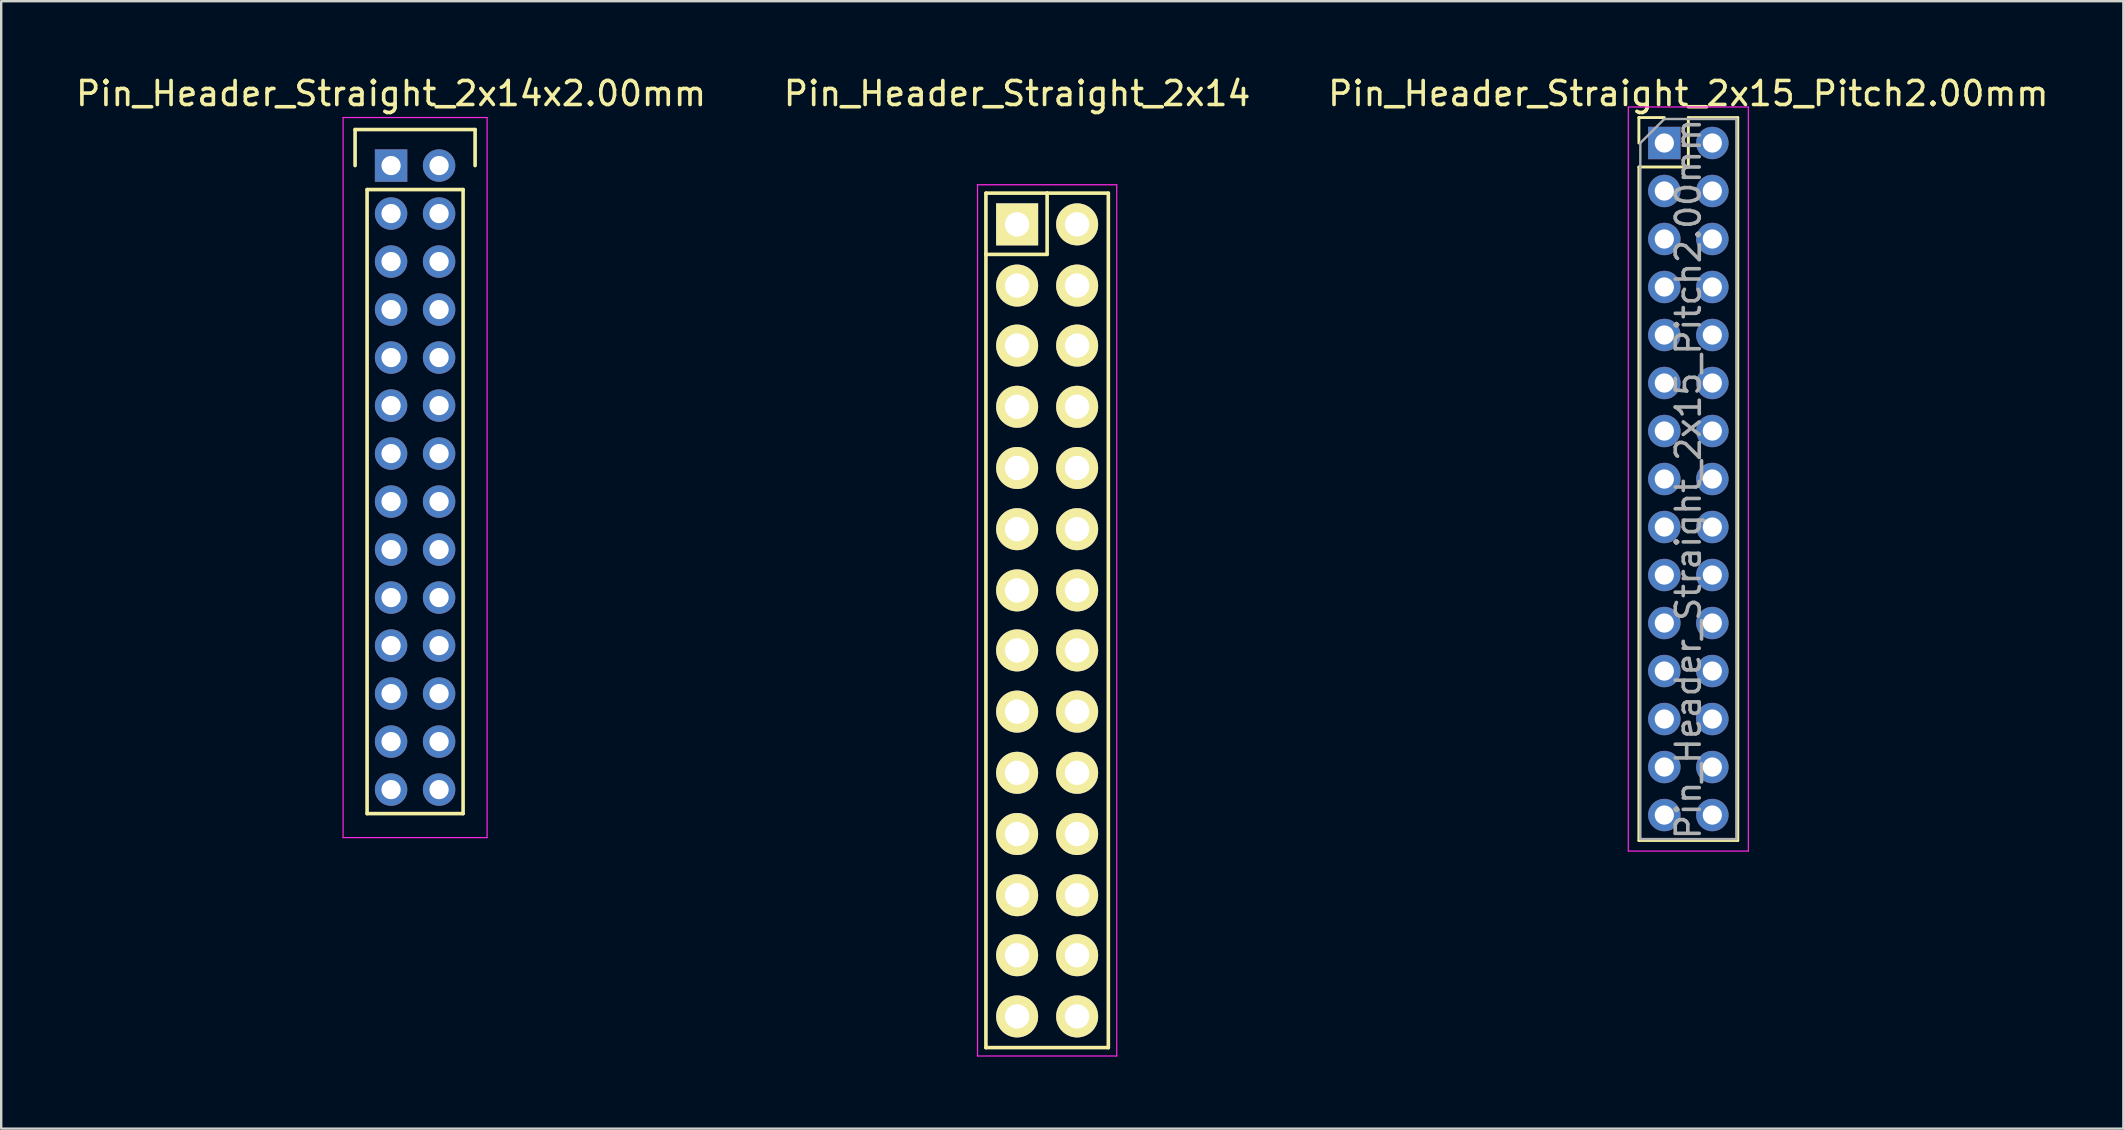
<source format=kicad_pcb>
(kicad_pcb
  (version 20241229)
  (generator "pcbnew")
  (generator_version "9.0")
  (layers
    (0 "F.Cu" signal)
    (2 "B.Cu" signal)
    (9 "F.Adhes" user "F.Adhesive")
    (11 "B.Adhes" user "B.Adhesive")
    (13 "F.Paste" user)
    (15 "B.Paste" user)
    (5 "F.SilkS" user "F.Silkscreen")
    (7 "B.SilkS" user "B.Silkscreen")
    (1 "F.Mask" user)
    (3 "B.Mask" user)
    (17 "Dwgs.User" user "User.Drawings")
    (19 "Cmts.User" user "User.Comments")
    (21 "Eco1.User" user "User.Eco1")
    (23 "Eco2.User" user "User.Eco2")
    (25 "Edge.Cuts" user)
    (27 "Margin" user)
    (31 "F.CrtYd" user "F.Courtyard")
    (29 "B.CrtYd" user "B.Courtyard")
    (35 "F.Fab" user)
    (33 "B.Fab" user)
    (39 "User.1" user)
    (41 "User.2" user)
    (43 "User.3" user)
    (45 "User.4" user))
  (footprint "Pin_Header_Straight_2x14"
    (layer "F.Cu")
    (at 39.327 6.298)
    (property "Reference" "Pin_Header_Straight_2x14" (at 0 -5.45 0) (layer "F.SilkS") (effects (font (size 1 1) (thickness 0.15))))
    (attr through_hole)
    (fp_line (start -1.3 -1.3) (end -1.3 1.25) (stroke (width 0.15) (type solid)) (layer "F.SilkS"))
    (fp_line (start -1.3 -1.3) (end 1.25 -1.3) (stroke (width 0.15) (type solid)) (layer "F.SilkS"))
    (fp_line (start -1.3 1.25) (end -1.3 34.3) (stroke (width 0.15) (type solid)) (layer "F.SilkS"))
    (fp_line (start 1.25 -1.3) (end 1.25 1.25) (stroke (width 0.15) (type solid)) (layer "F.SilkS"))
    (fp_line (start 1.25 1.25) (end -1.3 1.25) (stroke (width 0.15) (type solid)) (layer "F.SilkS"))
    (fp_line (start 3.8 -1.3) (end 1.25 -1.3) (stroke (width 0.15) (type solid)) (layer "F.SilkS"))
    (fp_line (start 3.8 34.3) (end -1.3 34.3) (stroke (width 0.15) (type solid)) (layer "F.SilkS"))
    (fp_line (start 3.8 34.3) (end 3.8 -1.3) (stroke (width 0.15) (type solid)) (layer "F.SilkS"))
    (fp_line (start -1.65 -1.65) (end -1.65 34.65) (stroke (width 0.05) (type solid)) (layer "F.CrtYd"))
    (fp_line (start -1.65 -1.65) (end 4.15 -1.65) (stroke (width 0.05) (type solid)) (layer "F.CrtYd"))
    (fp_line (start -1.65 34.65) (end 4.15 34.65) (stroke (width 0.05) (type solid)) (layer "F.CrtYd"))
    (fp_line (start 4.15 -1.65) (end 4.15 34.65) (stroke (width 0.05) (type solid)) (layer "F.CrtYd"))
    (pad "1" thru_hole rect (at 0 0) (size 1.75 1.75) (drill 1.016) (layers "*.Cu" "*.Mask" "F.SilkS"))
    (pad "2" thru_hole oval (at 2.5 0) (size 1.75 1.75) (drill 1.016) (layers "*.Cu" "*.Mask" "F.SilkS"))
    (pad "3" thru_hole oval (at 0 2.55) (size 1.75 1.75) (drill 1.016) (layers "*.Cu" "*.Mask" "F.SilkS"))
    (pad "4" thru_hole oval (at 2.5 2.55) (size 1.75 1.75) (drill 1.016) (layers "*.Cu" "*.Mask" "F.SilkS"))
    (pad "5" thru_hole oval (at 0 5.05) (size 1.75 1.75) (drill 1.016) (layers "*.Cu" "*.Mask" "F.SilkS"))
    (pad "6" thru_hole oval (at 2.5 5.05) (size 1.75 1.75) (drill 1.016) (layers "*.Cu" "*.Mask" "F.SilkS"))
    (pad "7" thru_hole oval (at 0 7.6) (size 1.75 1.75) (drill 1.016) (layers "*.Cu" "*.Mask" "F.SilkS"))
    (pad "8" thru_hole oval (at 2.5 7.6) (size 1.75 1.75) (drill 1.016) (layers "*.Cu" "*.Mask" "F.SilkS"))
    (pad "9" thru_hole oval (at 0 10.15) (size 1.75 1.75) (drill 1.016) (layers "*.Cu" "*.Mask" "F.SilkS"))
    (pad "10" thru_hole oval (at 2.5 10.15) (size 1.75 1.75) (drill 1.016) (layers "*.Cu" "*.Mask" "F.SilkS"))
    (pad "11" thru_hole oval (at 0 12.7) (size 1.75 1.75) (drill 1.016) (layers "*.Cu" "*.Mask" "F.SilkS"))
    (pad "12" thru_hole oval (at 2.5 12.7) (size 1.75 1.75) (drill 1.016) (layers "*.Cu" "*.Mask" "F.SilkS"))
    (pad "13" thru_hole oval (at 0 15.25) (size 1.75 1.75) (drill 1.016) (layers "*.Cu" "*.Mask" "F.SilkS"))
    (pad "14" thru_hole oval (at 2.5 15.25) (size 1.75 1.75) (drill 1.016) (layers "*.Cu" "*.Mask" "F.SilkS"))
    (pad "15" thru_hole oval (at 0 17.75) (size 1.75 1.75) (drill 1.016) (layers "*.Cu" "*.Mask" "F.SilkS"))
    (pad "16" thru_hole oval (at 2.5 17.75) (size 1.75 1.75) (drill 1.016) (layers "*.Cu" "*.Mask" "F.SilkS"))
    (pad "17" thru_hole oval (at 0 20.3) (size 1.75 1.75) (drill 1.016) (layers "*.Cu" "*.Mask" "F.SilkS"))
    (pad "18" thru_hole oval (at 2.5 20.3) (size 1.75 1.75) (drill 1.016) (layers "*.Cu" "*.Mask" "F.SilkS"))
    (pad "19" thru_hole oval (at 0 22.85) (size 1.75 1.75) (drill 1.016) (layers "*.Cu" "*.Mask" "F.SilkS"))
    (pad "20" thru_hole oval (at 2.5 22.85) (size 1.75 1.75) (drill 1.016) (layers "*.Cu" "*.Mask" "F.SilkS"))
    (pad "21" thru_hole oval (at 0 25.4) (size 1.75 1.75) (drill 1.016) (layers "*.Cu" "*.Mask" "F.SilkS"))
    (pad "22" thru_hole oval (at 2.5 25.4) (size 1.75 1.75) (drill 1.016) (layers "*.Cu" "*.Mask" "F.SilkS"))
    (pad "23" thru_hole oval (at 0 27.95) (size 1.75 1.75) (drill 1.016) (layers "*.Cu" "*.Mask" "F.SilkS"))
    (pad "24" thru_hole oval (at 2.5 27.95) (size 1.75 1.75) (drill 1.016) (layers "*.Cu" "*.Mask" "F.SilkS"))
    (pad "25" thru_hole oval (at 0 30.45) (size 1.75 1.75) (drill 1.016) (layers "*.Cu" "*.Mask" "F.SilkS"))
    (pad "26" thru_hole oval (at 2.5 30.45) (size 1.75 1.75) (drill 1.016) (layers "*.Cu" "*.Mask" "F.SilkS"))
    (pad "27" thru_hole oval (at 0 33) (size 1.75 1.75) (drill 1.016) (layers "*.Cu" "*.Mask" "F.SilkS"))
    (pad "28" thru_hole oval (at 2.5 33) (size 1.75 1.75) (drill 1.016) (layers "*.Cu" "*.Mask" "F.SilkS")))
  (footprint "Pin_Header_Straight_2x14x2.00mm"
    (layer "F.Cu")
    (at 13.244 3.848)
    (property "Reference" "Pin_Header_Straight_2x14x2.00mm" (at 0 -3 0) (layer "F.SilkS") (effects (font (size 1 1) (thickness 0.15))))
    (attr through_hole)
    (fp_line (start -1.5 -1.5) (end 3.5 -1.5) (stroke (width 0.15) (type solid)) (layer "F.SilkS"))
    (fp_line (start -1.5 0) (end -1.5 -1.5) (stroke (width 0.15) (type solid)) (layer "F.SilkS"))
    (fp_line (start -1 1) (end 3 1) (stroke (width 0.15) (type solid)) (layer "F.SilkS"))
    (fp_line (start -1 27) (end -1 1) (stroke (width 0.15) (type solid)) (layer "F.SilkS"))
    (fp_line (start 3 1) (end 3 27) (stroke (width 0.15) (type solid)) (layer "F.SilkS"))
    (fp_line (start 3 27) (end -1 27) (stroke (width 0.15) (type solid)) (layer "F.SilkS"))
    (fp_line (start 3.5 -1.5) (end 3.5 0) (stroke (width 0.15) (type solid)) (layer "F.SilkS"))
    (fp_line (start -2 -2) (end 4 -2) (stroke (width 0.05) (type solid)) (layer "F.CrtYd"))
    (fp_line (start -2 28) (end -2 -2) (stroke (width 0.05) (type solid)) (layer "F.CrtYd"))
    (fp_line (start 4 -2) (end 4 28) (stroke (width 0.05) (type solid)) (layer "F.CrtYd"))
    (fp_line (start 4 28) (end -2 28) (stroke (width 0.05) (type solid)) (layer "F.CrtYd"))
    (pad "1" thru_hole rect (at 0 0) (size 1.35 1.35) (drill 0.8) (layers "*.Cu" "*.Mask"))
    (pad "2" thru_hole circle (at 2 0) (size 1.35 1.35) (drill 0.8) (layers "*.Cu" "*.Mask"))
    (pad "3" thru_hole circle (at 0 2) (size 1.35 1.35) (drill 0.8) (layers "*.Cu" "*.Mask"))
    (pad "4" thru_hole circle (at 2 2) (size 1.35 1.35) (drill 0.8) (layers "*.Cu" "*.Mask"))
    (pad "5" thru_hole circle (at 0 4) (size 1.35 1.35) (drill 0.8) (layers "*.Cu" "*.Mask"))
    (pad "6" thru_hole circle (at 2 4) (size 1.35 1.35) (drill 0.8) (layers "*.Cu" "*.Mask"))
    (pad "7" thru_hole circle (at 0 6) (size 1.35 1.35) (drill 0.8) (layers "*.Cu" "*.Mask"))
    (pad "8" thru_hole circle (at 2 6) (size 1.35 1.35) (drill 0.8) (layers "*.Cu" "*.Mask"))
    (pad "9" thru_hole circle (at 0 8) (size 1.35 1.35) (drill 0.8) (layers "*.Cu" "*.Mask"))
    (pad "10" thru_hole circle (at 2 8) (size 1.35 1.35) (drill 0.8) (layers "*.Cu" "*.Mask"))
    (pad "11" thru_hole circle (at 0 10) (size 1.35 1.35) (drill 0.8) (layers "*.Cu" "*.Mask"))
    (pad "12" thru_hole circle (at 2 10) (size 1.35 1.35) (drill 0.8) (layers "*.Cu" "*.Mask"))
    (pad "13" thru_hole circle (at 0 12) (size 1.35 1.35) (drill 0.8) (layers "*.Cu" "*.Mask"))
    (pad "14" thru_hole circle (at 2 12) (size 1.35 1.35) (drill 0.8) (layers "*.Cu" "*.Mask"))
    (pad "15" thru_hole circle (at 0 14) (size 1.35 1.35) (drill 0.8) (layers "*.Cu" "*.Mask"))
    (pad "16" thru_hole circle (at 2 14) (size 1.35 1.35) (drill 0.8) (layers "*.Cu" "*.Mask"))
    (pad "17" thru_hole circle (at 0 16) (size 1.35 1.35) (drill 0.8) (layers "*.Cu" "*.Mask"))
    (pad "18" thru_hole circle (at 2 16) (size 1.35 1.35) (drill 0.8) (layers "*.Cu" "*.Mask"))
    (pad "19" thru_hole circle (at 0 18) (size 1.35 1.35) (drill 0.8) (layers "*.Cu" "*.Mask"))
    (pad "20" thru_hole circle (at 2 18) (size 1.35 1.35) (drill 0.8) (layers "*.Cu" "*.Mask"))
    (pad "21" thru_hole circle (at 0 20) (size 1.35 1.35) (drill 0.8) (layers "*.Cu" "*.Mask"))
    (pad "22" thru_hole circle (at 2 20) (size 1.35 1.35) (drill 0.8) (layers "*.Cu" "*.Mask"))
    (pad "23" thru_hole circle (at 0 22) (size 1.35 1.35) (drill 0.8) (layers "*.Cu" "*.Mask"))
    (pad "24" thru_hole circle (at 2 22) (size 1.35 1.35) (drill 0.8) (layers "*.Cu" "*.Mask"))
    (pad "25" thru_hole circle (at 0 24) (size 1.35 1.35) (drill 0.8) (layers "*.Cu" "*.Mask"))
    (pad "26" thru_hole circle (at 2 24) (size 1.35 1.35) (drill 0.8) (layers "*.Cu" "*.Mask"))
    (pad "27" thru_hole circle (at 0 26) (size 1.35 1.35) (drill 0.8) (layers "*.Cu" "*.Mask"))
    (pad "28" thru_hole circle (at 2 26) (size 1.35 1.35) (drill 0.8) (layers "*.Cu" "*.Mask")))
  (footprint "Pin_Header_Straight_2x15_Pitch2.00mm"
    (layer "F.Cu")
    (at 66.292 2.908)
    (property "Reference" "Pin_Header_Straight_2x15_Pitch2.00mm" (at 1 -2.06 0) (layer "F.SilkS") (effects (font (size 1 1) (thickness 0.15))))
    (attr through_hole)
    (fp_line (start -1.06 -1.06) (end 0 -1.06) (stroke (width 0.12) (type solid)) (layer "F.SilkS"))
    (fp_line (start -1.06 0) (end -1.06 -1.06) (stroke (width 0.12) (type solid)) (layer "F.SilkS"))
    (fp_line (start -1.06 1) (end -1.06 29.06) (stroke (width 0.12) (type solid)) (layer "F.SilkS"))
    (fp_line (start -1.06 29.06) (end 3.06 29.06) (stroke (width 0.12) (type solid)) (layer "F.SilkS"))
    (fp_line (start 1 -1.06) (end 1 1) (stroke (width 0.12) (type solid)) (layer "F.SilkS"))
    (fp_line (start 1 1) (end -1.06 1) (stroke (width 0.12) (type solid)) (layer "F.SilkS"))
    (fp_line (start 3.06 -1.06) (end 1 -1.06) (stroke (width 0.12) (type solid)) (layer "F.SilkS"))
    (fp_line (start 3.06 29.06) (end 3.06 -1.06) (stroke (width 0.12) (type solid)) (layer "F.SilkS"))
    (fp_line (start -1.5 -1.5) (end -1.5 29.5) (stroke (width 0.05) (type solid)) (layer "F.CrtYd"))
    (fp_line (start -1.5 29.5) (end 3.5 29.5) (stroke (width 0.05) (type solid)) (layer "F.CrtYd"))
    (fp_line (start 3.5 -1.5) (end -1.5 -1.5) (stroke (width 0.05) (type solid)) (layer "F.CrtYd"))
    (fp_line (start 3.5 29.5) (end 3.5 -1.5) (stroke (width 0.05) (type solid)) (layer "F.CrtYd"))
    (fp_line (start -1 0) (end 0 -1) (stroke (width 0.1) (type solid)) (layer "F.Fab"))
    (fp_line (start -1 29) (end -1 0) (stroke (width 0.1) (type solid)) (layer "F.Fab"))
    (fp_line (start 0 -1) (end 3 -1) (stroke (width 0.1) (type solid)) (layer "F.Fab"))
    (fp_line (start 3 -1) (end 3 29) (stroke (width 0.1) (type solid)) (layer "F.Fab"))
    (fp_line (start 3 29) (end -1 29) (stroke (width 0.1) (type solid)) (layer "F.Fab"))
    (fp_text user "${REFERENCE}" (at 1 14 90) (layer "F.Fab") (effects (font (size 1 1) (thickness 0.15))))
    (pad "1" thru_hole rect (at 0 0) (size 1.35 1.35) (drill 0.8) (layers "*.Cu" "*.Mask"))
    (pad "2" thru_hole oval (at 2 0) (size 1.35 1.35) (drill 0.8) (layers "*.Cu" "*.Mask"))
    (pad "3" thru_hole oval (at 0 2) (size 1.35 1.35) (drill 0.8) (layers "*.Cu" "*.Mask"))
    (pad "4" thru_hole oval (at 2 2) (size 1.35 1.35) (drill 0.8) (layers "*.Cu" "*.Mask"))
    (pad "5" thru_hole oval (at 0 4) (size 1.35 1.35) (drill 0.8) (layers "*.Cu" "*.Mask"))
    (pad "6" thru_hole oval (at 2 4) (size 1.35 1.35) (drill 0.8) (layers "*.Cu" "*.Mask"))
    (pad "7" thru_hole oval (at 0 6) (size 1.35 1.35) (drill 0.8) (layers "*.Cu" "*.Mask"))
    (pad "8" thru_hole oval (at 2 6) (size 1.35 1.35) (drill 0.8) (layers "*.Cu" "*.Mask"))
    (pad "9" thru_hole oval (at 0 8) (size 1.35 1.35) (drill 0.8) (layers "*.Cu" "*.Mask"))
    (pad "10" thru_hole oval (at 2 8) (size 1.35 1.35) (drill 0.8) (layers "*.Cu" "*.Mask"))
    (pad "11" thru_hole oval (at 0 10) (size 1.35 1.35) (drill 0.8) (layers "*.Cu" "*.Mask"))
    (pad "12" thru_hole oval (at 2 10) (size 1.35 1.35) (drill 0.8) (layers "*.Cu" "*.Mask"))
    (pad "13" thru_hole oval (at 0 12) (size 1.35 1.35) (drill 0.8) (layers "*.Cu" "*.Mask"))
    (pad "14" thru_hole oval (at 2 12) (size 1.35 1.35) (drill 0.8) (layers "*.Cu" "*.Mask"))
    (pad "15" thru_hole oval (at 0 14) (size 1.35 1.35) (drill 0.8) (layers "*.Cu" "*.Mask"))
    (pad "16" thru_hole oval (at 2 14) (size 1.35 1.35) (drill 0.8) (layers "*.Cu" "*.Mask"))
    (pad "17" thru_hole oval (at 0 16) (size 1.35 1.35) (drill 0.8) (layers "*.Cu" "*.Mask"))
    (pad "18" thru_hole oval (at 2 16) (size 1.35 1.35) (drill 0.8) (layers "*.Cu" "*.Mask"))
    (pad "19" thru_hole oval (at 0 18) (size 1.35 1.35) (drill 0.8) (layers "*.Cu" "*.Mask"))
    (pad "20" thru_hole oval (at 2 18) (size 1.35 1.35) (drill 0.8) (layers "*.Cu" "*.Mask"))
    (pad "21" thru_hole oval (at 0 20) (size 1.35 1.35) (drill 0.8) (layers "*.Cu" "*.Mask"))
    (pad "22" thru_hole oval (at 2 20) (size 1.35 1.35) (drill 0.8) (layers "*.Cu" "*.Mask"))
    (pad "23" thru_hole oval (at 0 22) (size 1.35 1.35) (drill 0.8) (layers "*.Cu" "*.Mask"))
    (pad "24" thru_hole oval (at 2 22) (size 1.35 1.35) (drill 0.8) (layers "*.Cu" "*.Mask"))
    (pad "25" thru_hole oval (at 0 24) (size 1.35 1.35) (drill 0.8) (layers "*.Cu" "*.Mask"))
    (pad "26" thru_hole oval (at 2 24) (size 1.35 1.35) (drill 0.8) (layers "*.Cu" "*.Mask"))
    (pad "27" thru_hole oval (at 0 26) (size 1.35 1.35) (drill 0.8) (layers "*.Cu" "*.Mask"))
    (pad "28" thru_hole oval (at 2 26) (size 1.35 1.35) (drill 0.8) (layers "*.Cu" "*.Mask"))
    (pad "29" thru_hole oval (at 0 28) (size 1.35 1.35) (drill 0.8) (layers "*.Cu" "*.Mask"))
    (pad "30" thru_hole oval (at 2 28) (size 1.35 1.35) (drill 0.8) (layers "*.Cu" "*.Mask")))
  (gr_rect
    (start -3 -3)
    (end 85.417 43.973)
    (stroke (width 0.1) (type default))
    (fill no)
    (layer "Edge.Cuts")))
</source>
